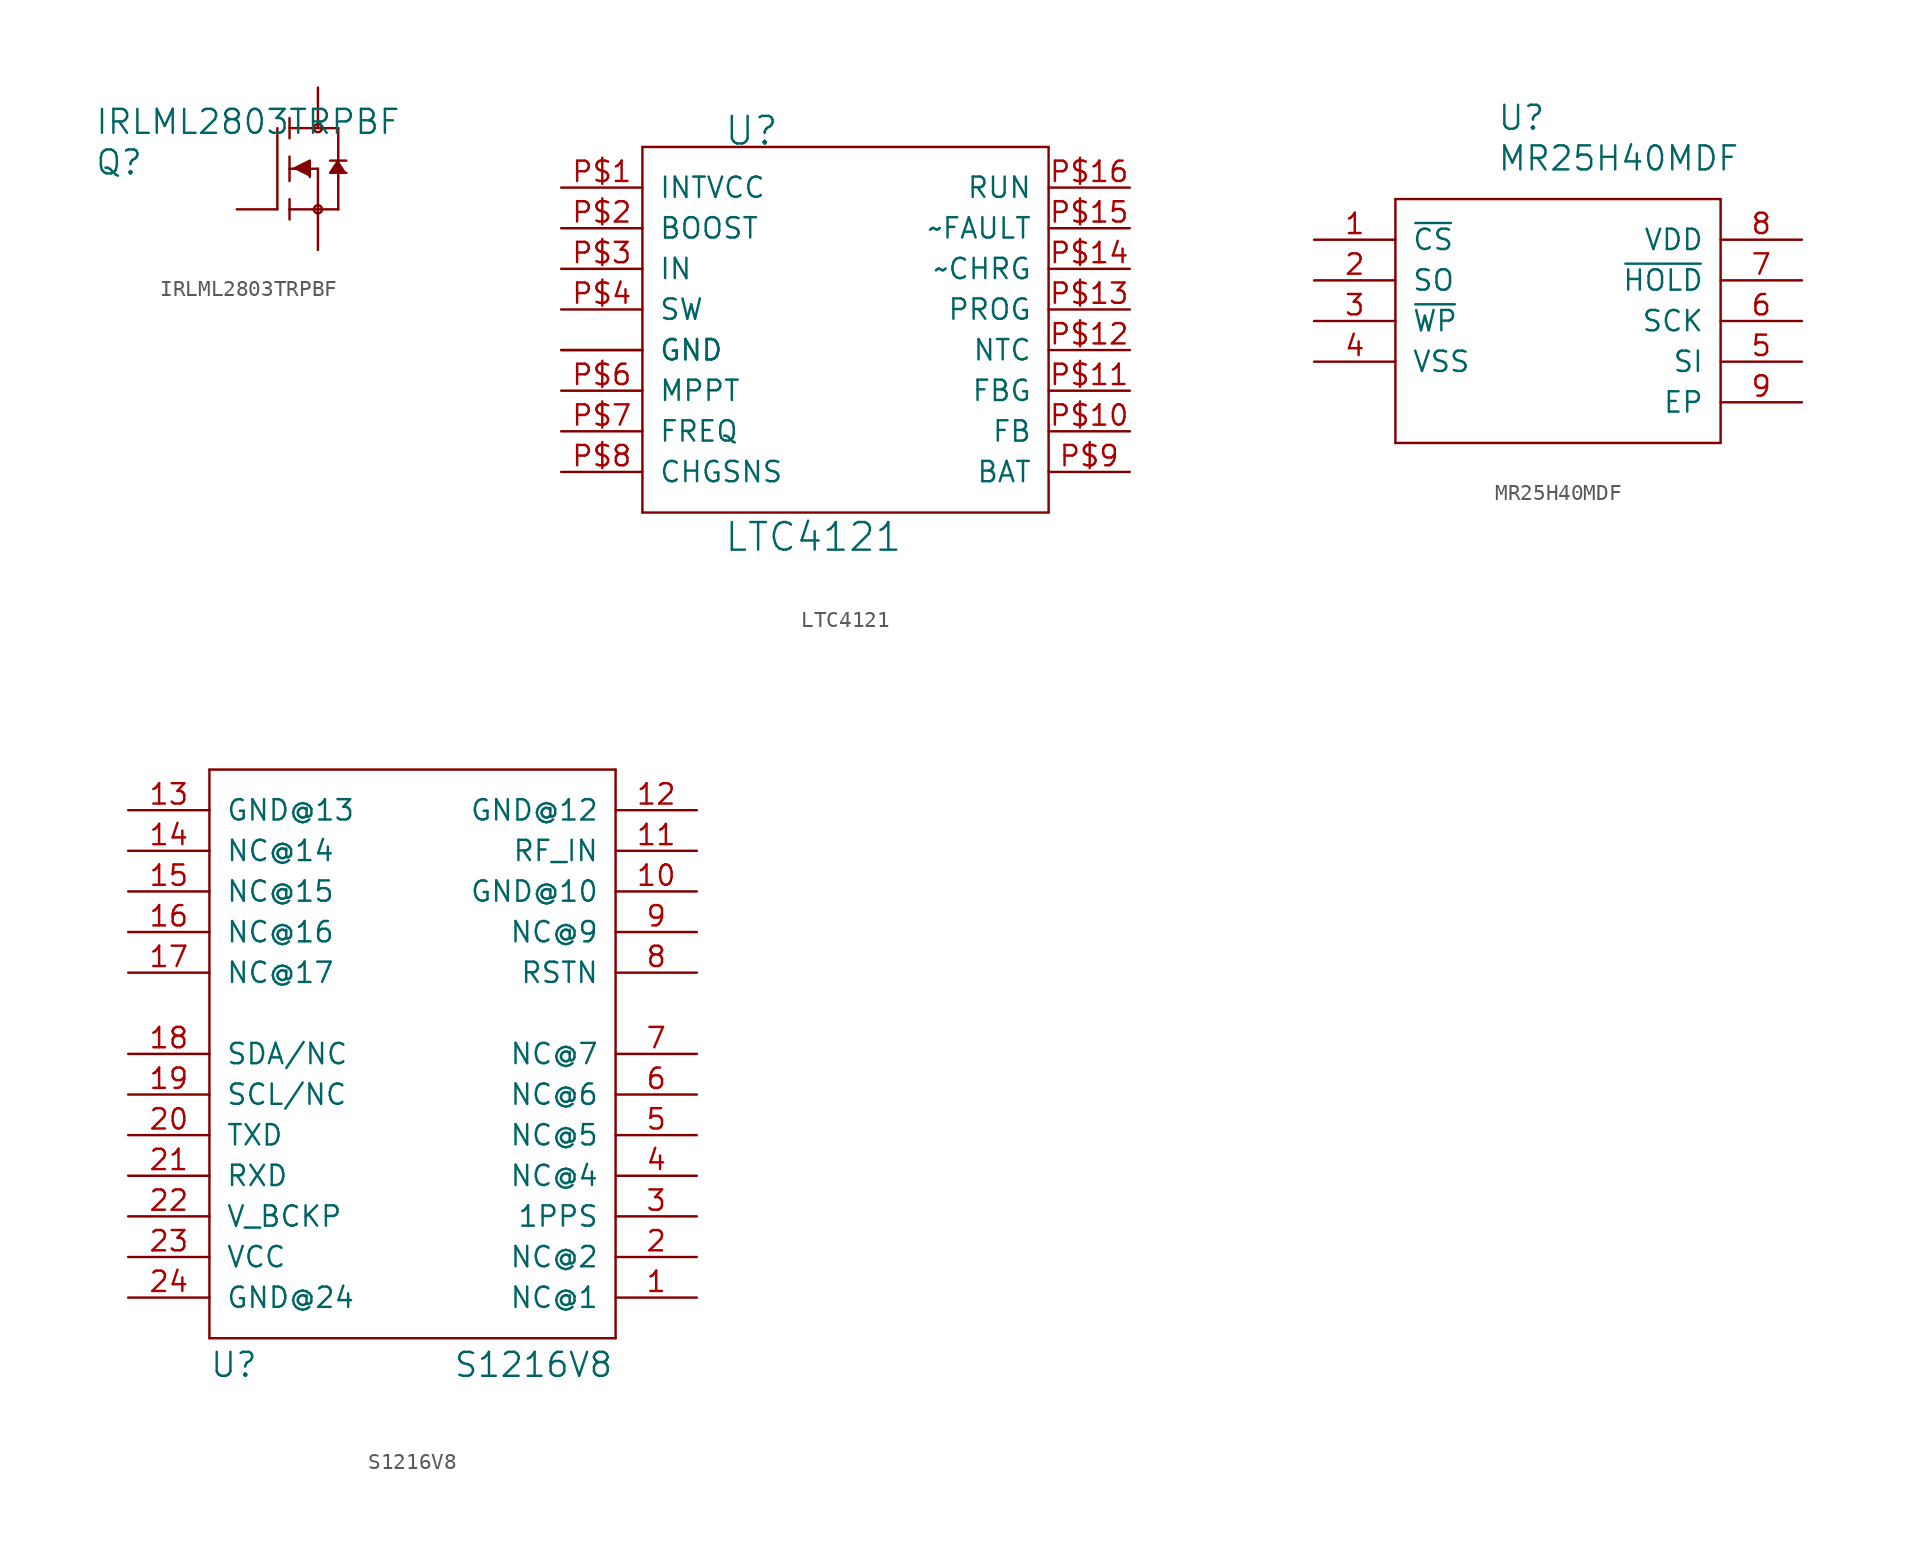
<source format=kicad_sym>
(kicad_symbol_lib
  (version 20220914)
  (generator kicad_symbol_editor)
  (symbol "IRLML2803TRPBF"
    (pin_names
      (offset 1.016))
    (property "Reference" "Q"
      (at -11.43 1.27 0)
      (effects (font (size 1.499 1.499)) (justify left top)))
    (property "Value" "IRLML2803TRPBF"
      (at -11.43 3.81 0)
      (effects (font (size 1.499 1.499)) (justify left top)))
    (property "ki_locked" ""
      (at 0 0 0)
      (effects (font (size 1.27 1.27))))
    (symbol "IRLML2803TRPBF_1_0"
      (polyline (pts (xy 0 2.54) (xy 0 -2.54)) (stroke (width 0) (type default)) (fill (type none)))
      (polyline (pts (xy 0.762 -2.54) (xy 0.762 -3.175)) (stroke (width 0) (type default)) (fill (type none)))
      (polyline (pts (xy 0.762 -1.905) (xy 0.762 -2.54)) (stroke (width 0) (type default)) (fill (type none)))
      (polyline (pts (xy 0.762 0) (xy 0.762 -0.762)) (stroke (width 0) (type default)) (fill (type none)))
      (polyline (pts (xy 0.762 0) (xy 2.54 0)) (stroke (width 0) (type default)) (fill (type none)))
      (polyline (pts (xy 0.762 0.762) (xy 0.762 0)) (stroke (width 0) (type default)) (fill (type none)))
      (polyline (pts (xy 0.762 2.54) (xy 0.762 1.905)) (stroke (width 0) (type default)) (fill (type none)))
      (polyline (pts (xy 0.762 2.54) (xy 3.81 2.54)) (stroke (width 0) (type default)) (fill (type none)))
      (polyline (pts (xy 0.762 3.175) (xy 0.762 2.54)) (stroke (width 0) (type default)) (fill (type none)))
      (polyline (pts (xy 2.54 -2.54) (xy 0.762 -2.54)) (stroke (width 0) (type default)) (fill (type none)))
      (polyline (pts (xy 2.54 -2.54) (xy 3.81 -2.54)) (stroke (width 0) (type default)) (fill (type none)))
      (polyline (pts (xy 2.54 0) (xy 2.54 -2.54)) (stroke (width 0) (type default)) (fill (type none)))
      (polyline (pts (xy 3.302 0.508) (xy 3.81 0.508)) (stroke (width 0) (type default)) (fill (type none)))
      (polyline (pts (xy 3.81 -0.508) (xy 3.81 -2.54)) (stroke (width 0) (type default)) (fill (type none)))
      (polyline (pts (xy 3.81 0.508) (xy 3.81 -0.508)) (stroke (width 0) (type default)) (fill (type none)))
      (polyline (pts (xy 3.81 0.508) (xy 4.318 0.508)) (stroke (width 0) (type default)) (fill (type none)))
      (polyline (pts (xy 3.81 2.54) (xy 3.81 0.508)) (stroke (width 0) (type default)) (fill (type none)))
      (polyline (pts (xy 1.016 0) (xy 2.032 0.508) (xy 2.032 -0.508)) (stroke (width 0) (type default)) (fill (type outline)))
      (polyline (pts (xy 3.81 0.508) (xy 3.302 -0.254) (xy 4.318 -0.254)) (stroke (width 0) (type default)) (fill (type outline)))
      (circle (center 2.54 -2.54) (radius 0.254) (stroke (width 0) (type default)) (fill (type none)))
      (circle (center 2.54 2.54) (radius 0.254) (stroke (width 0) (type default)) (fill (type none)))
      (pin passive line (at -2.54 -2.54 0) (length 2.54) (name "G" (effects (font (size 0 0)))) (number "1" (effects (font (size 0 0)))))
      (pin passive line (at 2.54 -5.08 90) (length 2.54) (name "S" (effects (font (size 0 0)))) (number "2" (effects (font (size 0 0)))))
      (pin passive line (at 2.54 5.08 270) (length 2.54) (name "D" (effects (font (size 0 0)))) (number "3" (effects (font (size 0 0)))))))
  (symbol "LTC4121"
    (pin_names
      (offset 1.016))
    (property "Reference" "U"
      (at -2.54 10.16 0)
      (effects (font (size 1.727 1.727)) (justify left bottom)))
    (property "Value" "LTC4121"
      (at -2.54 -15.24 0)
      (effects (font (size 1.727 1.727)) (justify left bottom)))
    (property "ki_locked" ""
      (at 0 0 0)
      (effects (font (size 1.27 1.27))))
    (symbol "LTC4121_1_0"
      (polyline (pts (xy -7.62 -12.7) (xy -7.62 10.16)) (stroke (width 0) (type default)) (fill (type none)))
      (polyline (pts (xy -7.62 10.16) (xy 17.78 10.16)) (stroke (width 0) (type default)) (fill (type none)))
      (polyline (pts (xy 17.78 -12.7) (xy -7.62 -12.7)) (stroke (width 0) (type default)) (fill (type none)))
      (polyline (pts (xy 17.78 10.16) (xy 17.78 -12.7)) (stroke (width 0) (type default)) (fill (type none)))
      (pin bidirectional line (at -12.7 7.62 0) (length 5.08) (name "INTVCC" (effects (font (size 1.27 1.27)))) (number "P$1" (effects (font (size 1.27 1.27)))))
      (pin bidirectional line (at 22.86 -7.62 180) (length 5.08) (name "FB" (effects (font (size 1.27 1.27)))) (number "P$10" (effects (font (size 1.27 1.27)))))
      (pin bidirectional line (at 22.86 -5.08 180) (length 5.08) (name "FBG" (effects (font (size 1.27 1.27)))) (number "P$11" (effects (font (size 1.27 1.27)))))
      (pin bidirectional line (at 22.86 -2.54 180) (length 5.08) (name "NTC" (effects (font (size 1.27 1.27)))) (number "P$12" (effects (font (size 1.27 1.27)))))
      (pin bidirectional line (at 22.86 0 180) (length 5.08) (name "PROG" (effects (font (size 1.27 1.27)))) (number "P$13" (effects (font (size 1.27 1.27)))))
      (pin bidirectional line (at 22.86 2.54 180) (length 5.08) (name "~CHRG" (effects (font (size 1.27 1.27)))) (number "P$14" (effects (font (size 1.27 1.27)))))
      (pin bidirectional line (at 22.86 5.08 180) (length 5.08) (name "~FAULT" (effects (font (size 1.27 1.27)))) (number "P$15" (effects (font (size 1.27 1.27)))))
      (pin bidirectional line (at 22.86 7.62 180) (length 5.08) (name "RUN" (effects (font (size 1.27 1.27)))) (number "P$16" (effects (font (size 1.27 1.27)))))
      (pin bidirectional line (at -12.7 -2.54 0) (length 5.08) (name "GND" (effects (font (size 1.27 1.27)))) (number "P$17" (effects (font (size 0 0)))))
      (pin bidirectional line (at -12.7 5.08 0) (length 5.08) (name "BOOST" (effects (font (size 1.27 1.27)))) (number "P$2" (effects (font (size 1.27 1.27)))))
      (pin bidirectional line (at -12.7 2.54 0) (length 5.08) (name "IN" (effects (font (size 1.27 1.27)))) (number "P$3" (effects (font (size 1.27 1.27)))))
      (pin bidirectional line (at -12.7 0 0) (length 5.08) (name "SW" (effects (font (size 1.27 1.27)))) (number "P$4" (effects (font (size 1.27 1.27)))))
      (pin bidirectional line (at -12.7 -2.54 0) (length 5.08) (name "GND" (effects (font (size 1.27 1.27)))) (number "P$5" (effects (font (size 0 0)))))
      (pin bidirectional line (at -12.7 -5.08 0) (length 5.08) (name "MPPT" (effects (font (size 1.27 1.27)))) (number "P$6" (effects (font (size 1.27 1.27)))))
      (pin bidirectional line (at -12.7 -7.62 0) (length 5.08) (name "FREQ" (effects (font (size 1.27 1.27)))) (number "P$7" (effects (font (size 1.27 1.27)))))
      (pin bidirectional line (at -12.7 -10.16 0) (length 5.08) (name "CHGSNS" (effects (font (size 1.27 1.27)))) (number "P$8" (effects (font (size 1.27 1.27)))))
      (pin bidirectional line (at 22.86 -10.16 180) (length 5.08) (name "BAT" (effects (font (size 1.27 1.27)))) (number "P$9" (effects (font (size 1.27 1.27)))))))
  (symbol "MR25H40MDF"
    (pin_names
      (offset 1.016))
    (property "Reference" "U"
      (at 11.43 7.62 0)
      (effects (font (size 1.499 1.499)) (justify left)))
    (property "Value" "MR25H40MDF"
      (at 11.43 5.08 0)
      (effects (font (size 1.499 1.499)) (justify left)))
    (property "ki_locked" ""
      (at 0 0 0)
      (effects (font (size 1.27 1.27))))
    (symbol "MR25H40MDF_1_0"
      (polyline (pts (xy 5.08 2.54) (xy 5.08 -12.7)) (stroke (width 0) (type default)) (fill (type none)))
      (polyline (pts (xy 5.08 2.54) (xy 25.4 2.54)) (stroke (width 0) (type default)) (fill (type none)))
      (polyline (pts (xy 25.4 -12.7) (xy 5.08 -12.7)) (stroke (width 0) (type default)) (fill (type none)))
      (polyline (pts (xy 25.4 -12.7) (xy 25.4 2.54)) (stroke (width 0) (type default)) (fill (type none)))
      (pin bidirectional line (at 0 0 0) (length 5.08) (name "~{CS}" (effects (font (size 1.27 1.27)))) (number "1" (effects (font (size 1.27 1.27)))))
      (pin bidirectional line (at 0 -2.54 0) (length 5.08) (name "SO" (effects (font (size 1.27 1.27)))) (number "2" (effects (font (size 1.27 1.27)))))
      (pin bidirectional line (at 0 -5.08 0) (length 5.08) (name "~{WP}" (effects (font (size 1.27 1.27)))) (number "3" (effects (font (size 1.27 1.27)))))
      (pin bidirectional line (at 0 -7.62 0) (length 5.08) (name "VSS" (effects (font (size 1.27 1.27)))) (number "4" (effects (font (size 1.27 1.27)))))
      (pin bidirectional line (at 30.48 -7.62 180) (length 5.08) (name "SI" (effects (font (size 1.27 1.27)))) (number "5" (effects (font (size 1.27 1.27)))))
      (pin bidirectional line (at 30.48 -5.08 180) (length 5.08) (name "SCK" (effects (font (size 1.27 1.27)))) (number "6" (effects (font (size 1.27 1.27)))))
      (pin bidirectional line (at 30.48 -2.54 180) (length 5.08) (name "~{HOLD}" (effects (font (size 1.27 1.27)))) (number "7" (effects (font (size 1.27 1.27)))))
      (pin bidirectional line (at 30.48 0 180) (length 5.08) (name "VDD" (effects (font (size 1.27 1.27)))) (number "8" (effects (font (size 1.27 1.27)))))
      (pin bidirectional line (at 30.48 -10.16 180) (length 5.08) (name "EP" (effects (font (size 1.27 1.27)))) (number "9" (effects (font (size 1.27 1.27)))))))
  (symbol "S1216V8"
    (pin_names
      (offset 1.016))
    (property "Reference" "U"
      (at -12.7 -20.32 0)
      (effects (font (size 1.499 1.499)) (justify left bottom)))
    (property "Value" "S1216V8"
      (at 2.54 -20.32 0)
      (effects (font (size 1.499 1.499)) (justify left bottom)))
    (property "ki_locked" ""
      (at 0 0 0)
      (effects (font (size 1.27 1.27))))
    (symbol "S1216V8_1_0"
      (polyline (pts (xy -12.7 -17.78) (xy 12.7 -17.78)) (stroke (width 0) (type default)) (fill (type none)))
      (polyline (pts (xy -12.7 17.78) (xy -12.7 -17.78)) (stroke (width 0) (type default)) (fill (type none)))
      (polyline (pts (xy 12.7 -17.78) (xy 12.7 17.78)) (stroke (width 0) (type default)) (fill (type none)))
      (polyline (pts (xy 12.7 17.78) (xy -12.7 17.78)) (stroke (width 0) (type default)) (fill (type none)))
      (pin bidirectional line (at 17.78 -15.24 180) (length 5.08) (name "NC@1" (effects (font (size 1.27 1.27)))) (number "1" (effects (font (size 1.27 1.27)))))
      (pin bidirectional line (at 17.78 10.16 180) (length 5.08) (name "GND@10" (effects (font (size 1.27 1.27)))) (number "10" (effects (font (size 1.27 1.27)))))
      (pin bidirectional line (at 17.78 12.7 180) (length 5.08) (name "RF_IN" (effects (font (size 1.27 1.27)))) (number "11" (effects (font (size 1.27 1.27)))))
      (pin bidirectional line (at 17.78 15.24 180) (length 5.08) (name "GND@12" (effects (font (size 1.27 1.27)))) (number "12" (effects (font (size 1.27 1.27)))))
      (pin bidirectional line (at -17.78 15.24 0) (length 5.08) (name "GND@13" (effects (font (size 1.27 1.27)))) (number "13" (effects (font (size 1.27 1.27)))))
      (pin bidirectional line (at -17.78 12.7 0) (length 5.08) (name "NC@14" (effects (font (size 1.27 1.27)))) (number "14" (effects (font (size 1.27 1.27)))))
      (pin bidirectional line (at -17.78 10.16 0) (length 5.08) (name "NC@15" (effects (font (size 1.27 1.27)))) (number "15" (effects (font (size 1.27 1.27)))))
      (pin bidirectional line (at -17.78 7.62 0) (length 5.08) (name "NC@16" (effects (font (size 1.27 1.27)))) (number "16" (effects (font (size 1.27 1.27)))))
      (pin bidirectional line (at -17.78 5.08 0) (length 5.08) (name "NC@17" (effects (font (size 1.27 1.27)))) (number "17" (effects (font (size 1.27 1.27)))))
      (pin bidirectional line (at -17.78 0 0) (length 5.08) (name "SDA/NC" (effects (font (size 1.27 1.27)))) (number "18" (effects (font (size 1.27 1.27)))))
      (pin bidirectional line (at -17.78 -2.54 0) (length 5.08) (name "SCL/NC" (effects (font (size 1.27 1.27)))) (number "19" (effects (font (size 1.27 1.27)))))
      (pin bidirectional line (at 17.78 -12.7 180) (length 5.08) (name "NC@2" (effects (font (size 1.27 1.27)))) (number "2" (effects (font (size 1.27 1.27)))))
      (pin bidirectional line (at -17.78 -5.08 0) (length 5.08) (name "TXD" (effects (font (size 1.27 1.27)))) (number "20" (effects (font (size 1.27 1.27)))))
      (pin bidirectional line (at -17.78 -7.62 0) (length 5.08) (name "RXD" (effects (font (size 1.27 1.27)))) (number "21" (effects (font (size 1.27 1.27)))))
      (pin bidirectional line (at -17.78 -10.16 0) (length 5.08) (name "V_BCKP" (effects (font (size 1.27 1.27)))) (number "22" (effects (font (size 1.27 1.27)))))
      (pin bidirectional line (at -17.78 -12.7 0) (length 5.08) (name "VCC" (effects (font (size 1.27 1.27)))) (number "23" (effects (font (size 1.27 1.27)))))
      (pin bidirectional line (at -17.78 -15.24 0) (length 5.08) (name "GND@24" (effects (font (size 1.27 1.27)))) (number "24" (effects (font (size 1.27 1.27)))))
      (pin bidirectional line (at 17.78 -10.16 180) (length 5.08) (name "1PPS" (effects (font (size 1.27 1.27)))) (number "3" (effects (font (size 1.27 1.27)))))
      (pin bidirectional line (at 17.78 -7.62 180) (length 5.08) (name "NC@4" (effects (font (size 1.27 1.27)))) (number "4" (effects (font (size 1.27 1.27)))))
      (pin bidirectional line (at 17.78 -5.08 180) (length 5.08) (name "NC@5" (effects (font (size 1.27 1.27)))) (number "5" (effects (font (size 1.27 1.27)))))
      (pin bidirectional line (at 17.78 -2.54 180) (length 5.08) (name "NC@6" (effects (font (size 1.27 1.27)))) (number "6" (effects (font (size 1.27 1.27)))))
      (pin bidirectional line (at 17.78 0 180) (length 5.08) (name "NC@7" (effects (font (size 1.27 1.27)))) (number "7" (effects (font (size 1.27 1.27)))))
      (pin bidirectional line (at 17.78 5.08 180) (length 5.08) (name "RSTN" (effects (font (size 1.27 1.27)))) (number "8" (effects (font (size 1.27 1.27)))))
      (pin bidirectional line (at 17.78 7.62 180) (length 5.08) (name "NC@9" (effects (font (size 1.27 1.27)))) (number "9" (effects (font (size 1.27 1.27))))))))
</source>
